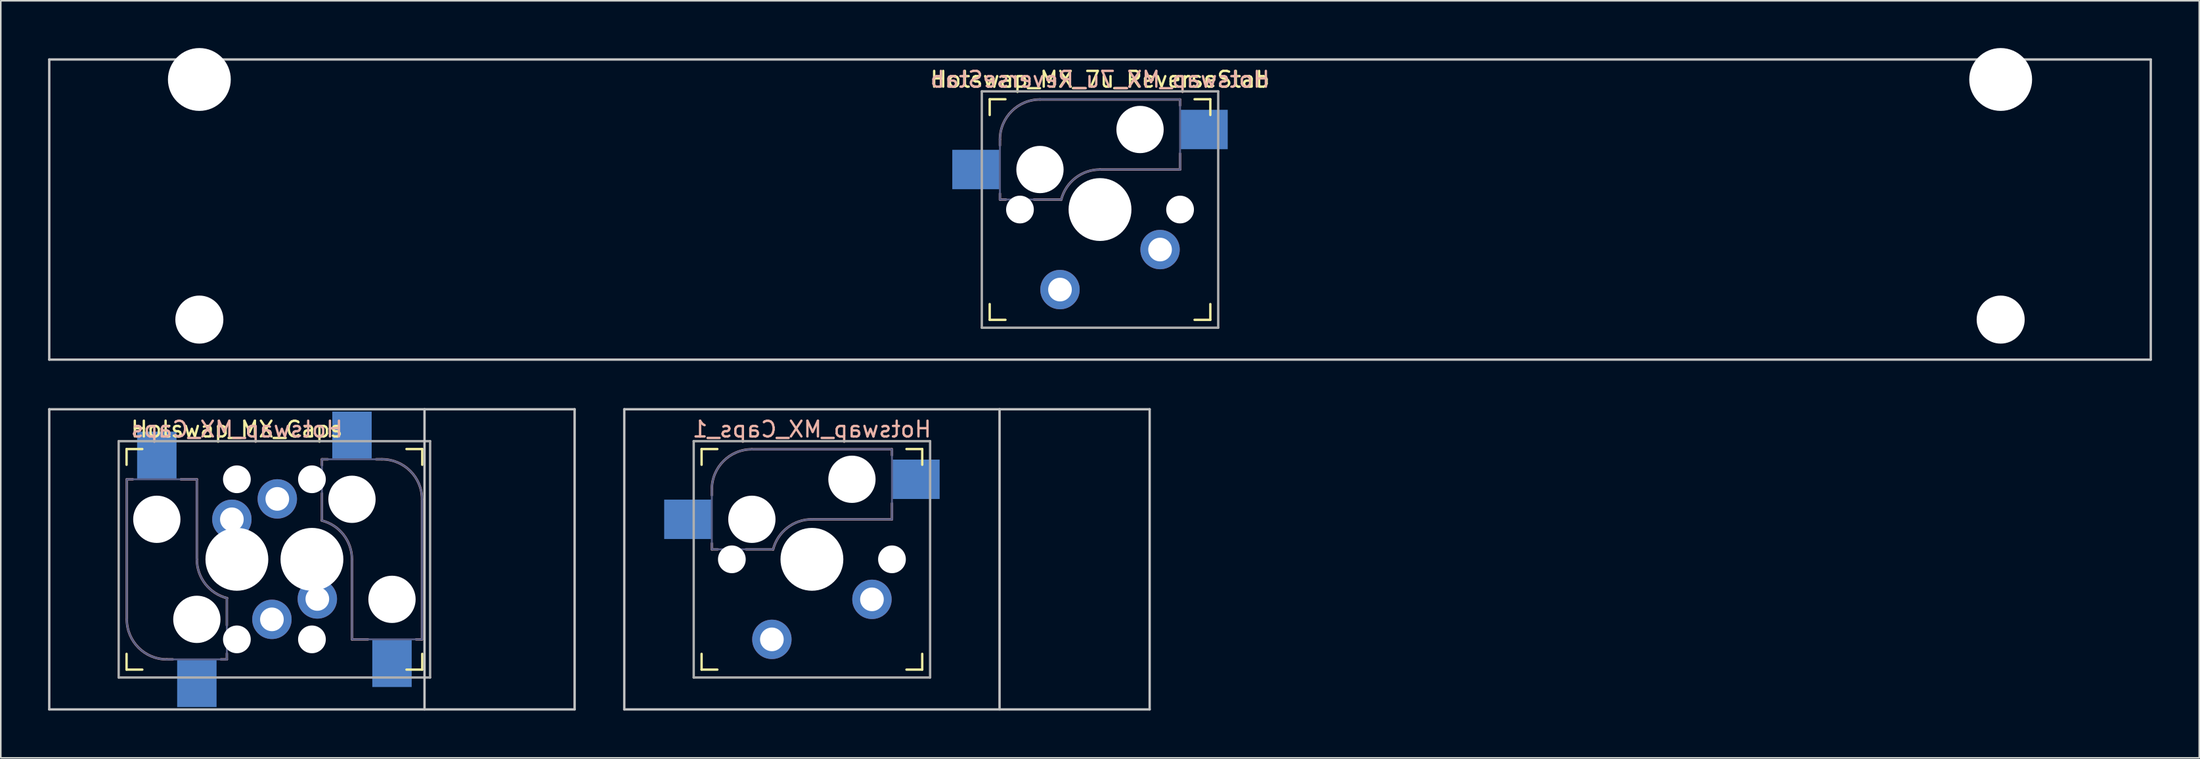
<source format=kicad_pcb>
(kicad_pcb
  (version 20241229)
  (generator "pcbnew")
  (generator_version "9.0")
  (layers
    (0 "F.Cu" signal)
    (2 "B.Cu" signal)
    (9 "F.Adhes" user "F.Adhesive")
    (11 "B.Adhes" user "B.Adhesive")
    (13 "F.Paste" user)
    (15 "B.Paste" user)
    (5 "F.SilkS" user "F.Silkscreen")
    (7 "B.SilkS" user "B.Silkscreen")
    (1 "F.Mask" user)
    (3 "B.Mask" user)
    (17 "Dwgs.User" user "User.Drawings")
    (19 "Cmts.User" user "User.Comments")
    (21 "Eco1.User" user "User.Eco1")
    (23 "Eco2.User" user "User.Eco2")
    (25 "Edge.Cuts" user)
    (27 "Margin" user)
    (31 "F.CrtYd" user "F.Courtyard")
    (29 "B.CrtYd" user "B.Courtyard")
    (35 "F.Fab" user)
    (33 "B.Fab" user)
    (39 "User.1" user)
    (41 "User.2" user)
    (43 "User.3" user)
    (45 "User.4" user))
  (footprint "Hotswap_MX_7u_ReverseStab"
    (layer "F.Cu")
    (at 66.75 10.249)
    (property "Reference" "Hotswap_MX_7u_ReverseStab" (at 0 -8.255 0) (layer "F.SilkS") (effects (font (size 1 1) (thickness 0.15))))
    (attr through_hole)
    (fp_line (start -7 -6) (end -7 -7) (stroke (width 0.15) (type solid)) (layer "F.SilkS"))
    (fp_line (start -7 7) (end -7 6) (stroke (width 0.15) (type solid)) (layer "F.SilkS"))
    (fp_line (start -7 7) (end -6 7) (stroke (width 0.15) (type solid)) (layer "F.SilkS"))
    (fp_line (start -6 -7) (end -7 -7) (stroke (width 0.15) (type solid)) (layer "F.SilkS"))
    (fp_line (start 6 7) (end 7 7) (stroke (width 0.15) (type solid)) (layer "F.SilkS"))
    (fp_line (start 7 -7) (end 6 -7) (stroke (width 0.15) (type solid)) (layer "F.SilkS"))
    (fp_line (start 7 -7) (end 7 -6) (stroke (width 0.15) (type solid)) (layer "F.SilkS"))
    (fp_line (start 7 6) (end 7 7) (stroke (width 0.15) (type solid)) (layer "F.SilkS"))
    (fp_line (start -6.35 -4.445) (end -6.35 -4.064) (stroke (width 0.15) (type solid)) (layer "B.SilkS"))
    (fp_line (start -6.35 -1.016) (end -6.35 -0.635) (stroke (width 0.15) (type solid)) (layer "B.SilkS"))
    (fp_line (start -6.35 -0.635) (end -5.969 -0.635) (stroke (width 0.15) (type solid)) (layer "B.SilkS"))
    (fp_line (start -4.191 -0.635) (end -2.54 -0.635) (stroke (width 0.15) (type solid)) (layer "B.SilkS"))
    (fp_line (start 0 -2.54) (end 5.08 -2.54) (stroke (width 0.15) (type solid)) (layer "B.SilkS"))
    (fp_line (start 5.08 -6.985) (end -3.81 -6.985) (stroke (width 0.15) (type solid)) (layer "B.SilkS"))
    (fp_line (start 5.08 -6.604) (end 5.08 -6.985) (stroke (width 0.15) (type solid)) (layer "B.SilkS"))
    (fp_line (start 5.08 -2.54) (end 5.08 -3.556) (stroke (width 0.15) (type solid)) (layer "B.SilkS"))
    (fp_arc (start -6.35 -4.445) (mid -5.606051 -6.241051) (end -3.81 -6.985) (stroke (width 0.15) (type solid)) (layer "B.SilkS"))
    (fp_arc (start -2.464162 -0.61604) (mid -1.563147 -2.002042) (end 0 -2.54) (stroke (width 0.15) (type solid)) (layer "B.SilkS"))
    (fp_line (start -66.675 -9.525) (end 66.675 -9.525) (stroke (width 0.15) (type solid)) (layer "Dwgs.User"))
    (fp_line (start -66.675 9.525) (end -66.675 -9.525) (stroke (width 0.15) (type solid)) (layer "Dwgs.User"))
    (fp_line (start -66.675 9.525) (end 66.675 9.525) (stroke (width 0.15) (type solid)) (layer "Dwgs.User"))
    (fp_line (start 66.675 -9.525) (end 66.675 9.525) (stroke (width 0.15) (type solid)) (layer "Dwgs.User"))
    (fp_line (start -58.801 -6.096) (end -58.801 5.334) (stroke (width 0.152) (type solid)) (layer "Eco2.User"))
    (fp_line (start -58.801 5.334) (end -55.499 5.334) (stroke (width 0.152) (type solid)) (layer "Eco2.User"))
    (fp_line (start -55.499 -6.096) (end -58.801 -6.096) (stroke (width 0.152) (type solid)) (layer "Eco2.User"))
    (fp_line (start -55.499 5.334) (end -55.499 -6.096) (stroke (width 0.152) (type solid)) (layer "Eco2.User"))
    (fp_line (start -6.9 6.9) (end -6.9 -6.9) (stroke (width 0.15) (type solid)) (layer "Eco2.User"))
    (fp_line (start -6.9 6.9) (end 6.9 6.9) (stroke (width 0.15) (type solid)) (layer "Eco2.User"))
    (fp_line (start 6.9 -6.9) (end -6.9 -6.9) (stroke (width 0.15) (type solid)) (layer "Eco2.User"))
    (fp_line (start 6.9 -6.9) (end 6.9 6.9) (stroke (width 0.15) (type solid)) (layer "Eco2.User"))
    (fp_line (start 55.499 -6.096) (end 55.499 5.334) (stroke (width 0.152) (type solid)) (layer "Eco2.User"))
    (fp_line (start 55.499 5.334) (end 58.801 5.334) (stroke (width 0.152) (type solid)) (layer "Eco2.User"))
    (fp_line (start 58.801 -6.096) (end 55.499 -6.096) (stroke (width 0.152) (type solid)) (layer "Eco2.User"))
    (fp_line (start 58.801 5.334) (end 58.801 -6.096) (stroke (width 0.152) (type solid)) (layer "Eco2.User"))
    (fp_line (start -6.35 -4.445) (end -6.35 -0.635) (stroke (width 0.12) (type solid)) (layer "B.Fab"))
    (fp_line (start -6.35 -0.635) (end -2.54 -0.635) (stroke (width 0.12) (type solid)) (layer "B.Fab"))
    (fp_line (start 0 -2.54) (end 5.08 -2.54) (stroke (width 0.12) (type solid)) (layer "B.Fab"))
    (fp_line (start 5.08 -6.985) (end -3.81 -6.985) (stroke (width 0.12) (type solid)) (layer "B.Fab"))
    (fp_line (start 5.08 -2.54) (end 5.08 -6.985) (stroke (width 0.12) (type solid)) (layer "B.Fab"))
    (fp_arc (start -6.35 -4.445) (mid -5.606051 -6.241051) (end -3.81 -6.985) (stroke (width 0.12) (type solid)) (layer "B.Fab"))
    (fp_arc (start -2.464162 -0.61604) (mid -1.563147 -2.002042) (end 0 -2.54) (stroke (width 0.12) (type solid)) (layer "B.Fab"))
    (fp_line (start -7.5 -7.5) (end 7.5 -7.5) (stroke (width 0.15) (type solid)) (layer "F.Fab"))
    (fp_line (start -7.5 7.5) (end -7.5 -7.5) (stroke (width 0.15) (type solid)) (layer "F.Fab"))
    (fp_line (start 7.5 -7.5) (end 7.5 7.5) (stroke (width 0.15) (type solid)) (layer "F.Fab"))
    (fp_line (start 7.5 7.5) (end -7.5 7.5) (stroke (width 0.15) (type solid)) (layer "F.Fab"))
    (fp_text user "${REFERENCE}" (at 0 -8.255 0) (layer "B.SilkS") (effects (font (size 1 1) (thickness 0.15)) (justify mirror)))
    (pad "" np_thru_hole circle (at -57.15 -8.255 180) (size 3.988 3.988) (drill 3.988) (layers "*.Cu" "*.Mask"))
    (pad "" np_thru_hole circle (at -57.15 6.985 180) (size 3.048 3.048) (drill 3.048) (layers "*.Cu" "*.Mask"))
    (pad "" np_thru_hole circle (at -5.08 0 180) (size 1.76 1.76) (drill 1.76) (layers "*.Cu" "*.Mask"))
    (pad "" np_thru_hole circle (at -3.81 -2.54 180) (size 3 3) (drill 3) (layers "*.Cu" "*.Mask"))
    (pad "" np_thru_hole circle (at 0 0 180) (size 3.988 3.988) (drill 3.988) (layers "*.Cu" "*.Mask"))
    (pad "" np_thru_hole circle (at 2.54 -5.08 180) (size 3 3) (drill 3) (layers "*.Cu" "*.Mask"))
    (pad "" np_thru_hole circle (at 5.08 0 180) (size 1.76 1.76) (drill 1.76) (layers "*.Cu" "*.Mask"))
    (pad "" np_thru_hole circle (at 57.15 -8.255 180) (size 3.988 3.988) (drill 3.988) (layers "*.Cu" "*.Mask"))
    (pad "" np_thru_hole circle (at 57.15 6.985 180) (size 3.048 3.048) (drill 3.048) (layers "*.Cu" "*.Mask"))
    (pad "1" smd rect (at -7.874 -2.54 180) (size 3 2.5) (layers "B.Cu" "B.Mask" "B.Paste"))
    (pad "1" thru_hole circle (at 3.81 2.54 180) (size 2.5 2.5) (drill 1.5) (layers "*.Cu" "B.Mask"))
    (pad "2" thru_hole circle (at -2.54 5.08 180) (size 2.5 2.5) (drill 1.5) (layers "*.Cu" "B.Mask"))
    (pad "2" smd rect (at 6.604 -5.08 180) (size 3 2.5) (layers "B.Cu" "B.Mask" "B.Paste")))
  (footprint "Hotswap_MX_Caps_1"
    (layer "F.Cu")
    (at 48.469 32.449)
    (property "Reference" "Hotswap_MX_Caps_1" (at 0 -8.255 0) (layer "B.SilkS") (effects (font (size 1 1) (thickness 0.15)) (justify mirror)))
    (attr through_hole)
    (fp_line (start -7 -6) (end -7 -7) (stroke (width 0.15) (type solid)) (layer "F.SilkS"))
    (fp_line (start -7 7) (end -7 6) (stroke (width 0.15) (type solid)) (layer "F.SilkS"))
    (fp_line (start -7 7) (end -6 7) (stroke (width 0.15) (type solid)) (layer "F.SilkS"))
    (fp_line (start -6 -7) (end -7 -7) (stroke (width 0.15) (type solid)) (layer "F.SilkS"))
    (fp_line (start 6 7) (end 7 7) (stroke (width 0.15) (type solid)) (layer "F.SilkS"))
    (fp_line (start 7 -7) (end 6 -7) (stroke (width 0.15) (type solid)) (layer "F.SilkS"))
    (fp_line (start 7 -7) (end 7 -6) (stroke (width 0.15) (type solid)) (layer "F.SilkS"))
    (fp_line (start 7 6) (end 7 7) (stroke (width 0.15) (type solid)) (layer "F.SilkS"))
    (fp_line (start -6.35 -4.445) (end -6.35 -4.064) (stroke (width 0.15) (type solid)) (layer "B.SilkS"))
    (fp_line (start -6.35 -1.016) (end -6.35 -0.635) (stroke (width 0.15) (type solid)) (layer "B.SilkS"))
    (fp_line (start -6.35 -0.635) (end -5.969 -0.635) (stroke (width 0.15) (type solid)) (layer "B.SilkS"))
    (fp_line (start -4.191 -0.635) (end -2.54 -0.635) (stroke (width 0.15) (type solid)) (layer "B.SilkS"))
    (fp_line (start 0 -2.54) (end 5.08 -2.54) (stroke (width 0.15) (type solid)) (layer "B.SilkS"))
    (fp_line (start 5.08 -6.985) (end -3.81 -6.985) (stroke (width 0.15) (type solid)) (layer "B.SilkS"))
    (fp_line (start 5.08 -6.604) (end 5.08 -6.985) (stroke (width 0.15) (type solid)) (layer "B.SilkS"))
    (fp_line (start 5.08 -2.54) (end 5.08 -3.556) (stroke (width 0.15) (type solid)) (layer "B.SilkS"))
    (fp_arc (start -6.35 -4.445) (mid -5.606051 -6.241051) (end -3.81 -6.985) (stroke (width 0.15) (type solid)) (layer "B.SilkS"))
    (fp_arc (start -2.464162 -0.61604) (mid -1.563147 -2.002042) (end 0 -2.54) (stroke (width 0.15) (type solid)) (layer "B.SilkS"))
    (fp_line (start -11.906 -9.525) (end 21.431 -9.525) (stroke (width 0.15) (type solid)) (layer "Dwgs.User"))
    (fp_line (start -11.906 9.525) (end -11.906 -9.525) (stroke (width 0.15) (type solid)) (layer "Dwgs.User"))
    (fp_line (start -11.906 9.525) (end 21.431 9.525) (stroke (width 0.15) (type solid)) (layer "Dwgs.User"))
    (fp_line (start 11.906 -9.525) (end 11.906 9.525) (stroke (width 0.15) (type solid)) (layer "Dwgs.User"))
    (fp_line (start 21.431 -9.525) (end 21.431 9.525) (stroke (width 0.15) (type solid)) (layer "Dwgs.User"))
    (fp_line (start -6.9 6.9) (end -6.9 -6.9) (stroke (width 0.15) (type solid)) (layer "Eco2.User"))
    (fp_line (start -6.9 6.9) (end 6.9 6.9) (stroke (width 0.15) (type solid)) (layer "Eco2.User"))
    (fp_line (start 6.9 -6.9) (end -6.9 -6.9) (stroke (width 0.15) (type solid)) (layer "Eco2.User"))
    (fp_line (start 6.9 -6.9) (end 6.9 6.9) (stroke (width 0.15) (type solid)) (layer "Eco2.User"))
    (fp_line (start -6.35 -4.445) (end -6.35 -0.635) (stroke (width 0.12) (type solid)) (layer "B.Fab"))
    (fp_line (start -6.35 -0.635) (end -2.54 -0.635) (stroke (width 0.12) (type solid)) (layer "B.Fab"))
    (fp_line (start 0 -2.54) (end 5.08 -2.54) (stroke (width 0.12) (type solid)) (layer "B.Fab"))
    (fp_line (start 5.08 -6.985) (end -3.81 -6.985) (stroke (width 0.12) (type solid)) (layer "B.Fab"))
    (fp_line (start 5.08 -2.54) (end 5.08 -6.985) (stroke (width 0.12) (type solid)) (layer "B.Fab"))
    (fp_arc (start -6.35 -4.445) (mid -5.606051 -6.241051) (end -3.81 -6.985) (stroke (width 0.12) (type solid)) (layer "B.Fab"))
    (fp_arc (start -2.464162 -0.61604) (mid -1.563147 -2.002042) (end 0 -2.54) (stroke (width 0.12) (type solid)) (layer "B.Fab"))
    (fp_line (start -7.5 -7.5) (end 7.5 -7.5) (stroke (width 0.15) (type solid)) (layer "F.Fab"))
    (fp_line (start -7.5 7.5) (end -7.5 -7.5) (stroke (width 0.15) (type solid)) (layer "F.Fab"))
    (fp_line (start 7.5 -7.5) (end 7.5 7.5) (stroke (width 0.15) (type solid)) (layer "F.Fab"))
    (fp_line (start 7.5 7.5) (end -7.5 7.5) (stroke (width 0.15) (type solid)) (layer "F.Fab"))
    (pad "" np_thru_hole circle (at -5.08 0 180) (size 1.76 1.76) (drill 1.76) (layers "*.Cu" "*.Mask"))
    (pad "" np_thru_hole circle (at -3.81 -2.54 180) (size 3 3) (drill 3) (layers "*.Cu" "*.Mask"))
    (pad "" np_thru_hole circle (at 0 0 180) (size 3.988 3.988) (drill 3.988) (layers "*.Cu" "*.Mask"))
    (pad "" np_thru_hole circle (at 2.54 -5.08 180) (size 3 3) (drill 3) (layers "*.Cu" "*.Mask"))
    (pad "" np_thru_hole circle (at 5.08 0 180) (size 1.76 1.76) (drill 1.76) (layers "*.Cu" "*.Mask"))
    (pad "1" smd rect (at -7.874 -2.54 180) (size 3 2.5) (layers "B.Cu" "B.Mask"))
    (pad "1" thru_hole circle (at 3.81 2.54 180) (size 2.5 2.5) (drill 1.5) (layers "*.Cu" "B.Mask"))
    (pad "2" thru_hole circle (at -2.54 5.08 180) (size 2.5 2.5) (drill 1.5) (layers "*.Cu" "B.Mask"))
    (pad "2" smd rect (at 6.604 -5.08 180) (size 3 2.5) (layers "B.Cu" "B.Mask")))
  (footprint "Hotswap_MX_Caps"
    (layer "F.Cu")
    (at 11.981 32.449)
    (property "Reference" "Hotswap_MX_Caps" (at 0 -8.255 0) (layer "F.SilkS") (effects (font (size 1 1) (thickness 0.15))))
    (attr through_hole)
    (fp_line (start -7 -6) (end -7 -7) (stroke (width 0.15) (type solid)) (layer "F.SilkS"))
    (fp_line (start -7 7) (end -7 6) (stroke (width 0.15) (type solid)) (layer "F.SilkS"))
    (fp_line (start -7 7) (end -6 7) (stroke (width 0.15) (type solid)) (layer "F.SilkS"))
    (fp_line (start -6 -7) (end -7 -7) (stroke (width 0.15) (type solid)) (layer "F.SilkS"))
    (fp_line (start 10.762 7) (end 11.762 7) (stroke (width 0.15) (type solid)) (layer "F.SilkS"))
    (fp_line (start 11.762 -7) (end 10.762 -7) (stroke (width 0.15) (type solid)) (layer "F.SilkS"))
    (fp_line (start 11.762 -7) (end 11.762 -6) (stroke (width 0.15) (type solid)) (layer "F.SilkS"))
    (fp_line (start 11.762 6) (end 11.762 7) (stroke (width 0.15) (type solid)) (layer "F.SilkS"))
    (fp_line (start -6.985 -5.08) (end -6.985 3.81) (stroke (width 0.15) (type solid)) (layer "B.SilkS"))
    (fp_line (start -6.604 -5.08) (end -6.985 -5.08) (stroke (width 0.15) (type solid)) (layer "B.SilkS"))
    (fp_line (start -4.445 6.35) (end -4.064 6.35) (stroke (width 0.15) (type solid)) (layer "B.SilkS"))
    (fp_line (start -2.54 -5.08) (end -3.556 -5.08) (stroke (width 0.15) (type solid)) (layer "B.SilkS"))
    (fp_line (start -2.54 0) (end -2.54 -5.08) (stroke (width 0.15) (type solid)) (layer "B.SilkS"))
    (fp_line (start -1.016 6.35) (end -0.635 6.35) (stroke (width 0.15) (type solid)) (layer "B.SilkS"))
    (fp_line (start -0.635 4.191) (end -0.635 2.54) (stroke (width 0.15) (type solid)) (layer "B.SilkS"))
    (fp_line (start -0.635 6.35) (end -0.635 5.969) (stroke (width 0.15) (type solid)) (layer "B.SilkS"))
    (fp_line (start 5.397 -6.35) (end 5.397 -5.969) (stroke (width 0.15) (type solid)) (layer "B.SilkS"))
    (fp_line (start 5.397 -4.191) (end 5.397 -2.54) (stroke (width 0.15) (type solid)) (layer "B.SilkS"))
    (fp_line (start 5.779 -6.35) (end 5.397 -6.35) (stroke (width 0.15) (type solid)) (layer "B.SilkS"))
    (fp_line (start 7.303 0) (end 7.303 5.08) (stroke (width 0.15) (type solid)) (layer "B.SilkS"))
    (fp_line (start 7.303 5.08) (end 8.319 5.08) (stroke (width 0.15) (type solid)) (layer "B.SilkS"))
    (fp_line (start 9.207 -6.35) (end 8.826 -6.35) (stroke (width 0.15) (type solid)) (layer "B.SilkS"))
    (fp_line (start 11.367 5.08) (end 11.748 5.08) (stroke (width 0.15) (type solid)) (layer "B.SilkS"))
    (fp_line (start 11.748 5.08) (end 11.748 -3.81) (stroke (width 0.15) (type solid)) (layer "B.SilkS"))
    (fp_arc (start -4.445 6.35) (mid -6.241051 5.606051) (end -6.985 3.81) (stroke (width 0.15) (type solid)) (layer "B.SilkS"))
    (fp_arc (start -0.61604 2.464162) (mid -2.002042 1.563147) (end -2.54 0) (stroke (width 0.15) (type solid)) (layer "B.SilkS"))
    (fp_arc (start 5.37854 -2.464162) (mid 6.764542 -1.563147) (end 7.3025 0) (stroke (width 0.15) (type solid)) (layer "B.SilkS"))
    (fp_arc (start 9.2075 -6.35) (mid 11.003551 -5.606051) (end 11.7475 -3.81) (stroke (width 0.15) (type solid)) (layer "B.SilkS"))
    (fp_line (start -11.906 9.525) (end -11.906 -9.525) (stroke (width 0.15) (type solid)) (layer "Dwgs.User"))
    (fp_line (start 11.906 -9.525) (end 11.906 9.525) (stroke (width 0.15) (type solid)) (layer "Dwgs.User"))
    (fp_line (start 21.431 -9.525) (end -11.906 -9.525) (stroke (width 0.15) (type solid)) (layer "Dwgs.User"))
    (fp_line (start 21.431 -9.525) (end 21.431 9.525) (stroke (width 0.15) (type solid)) (layer "Dwgs.User"))
    (fp_line (start 21.431 9.525) (end -11.906 9.525) (stroke (width 0.15) (type solid)) (layer "Dwgs.User"))
    (fp_line (start -6.9 6.9) (end -6.9 -6.9) (stroke (width 0.15) (type solid)) (layer "Eco2.User"))
    (fp_line (start -6.9 6.9) (end 6.9 6.9) (stroke (width 0.15) (type solid)) (layer "Eco2.User"))
    (fp_line (start -2.138 6.9) (end 11.662 6.9) (stroke (width 0.15) (type solid)) (layer "Eco2.User"))
    (fp_line (start 6.9 -6.9) (end -6.9 -6.9) (stroke (width 0.15) (type solid)) (layer "Eco2.User"))
    (fp_line (start 11.662 -6.9) (end -2.138 -6.9) (stroke (width 0.15) (type solid)) (layer "Eco2.User"))
    (fp_line (start 11.662 -6.9) (end 11.662 6.9) (stroke (width 0.15) (type solid)) (layer "Eco2.User"))
    (fp_line (start -6.985 -5.08) (end -6.985 3.81) (stroke (width 0.12) (type solid)) (layer "B.Fab"))
    (fp_line (start -4.445 6.35) (end -0.635 6.35) (stroke (width 0.12) (type solid)) (layer "B.Fab"))
    (fp_line (start -2.54 -5.08) (end -6.985 -5.08) (stroke (width 0.12) (type solid)) (layer "B.Fab"))
    (fp_line (start -2.54 0) (end -2.54 -5.08) (stroke (width 0.12) (type solid)) (layer "B.Fab"))
    (fp_line (start -0.635 6.35) (end -0.635 2.54) (stroke (width 0.12) (type solid)) (layer "B.Fab"))
    (fp_line (start 5.397 -6.35) (end 5.397 -2.54) (stroke (width 0.12) (type solid)) (layer "B.Fab"))
    (fp_line (start 7.303 0) (end 7.303 5.08) (stroke (width 0.12) (type solid)) (layer "B.Fab"))
    (fp_line (start 7.303 5.08) (end 11.748 5.08) (stroke (width 0.12) (type solid)) (layer "B.Fab"))
    (fp_line (start 9.207 -6.35) (end 5.397 -6.35) (stroke (width 0.12) (type solid)) (layer "B.Fab"))
    (fp_line (start 11.748 5.08) (end 11.748 -3.81) (stroke (width 0.12) (type solid)) (layer "B.Fab"))
    (fp_arc (start -4.445 6.35) (mid -6.241051 5.606051) (end -6.985 3.81) (stroke (width 0.12) (type solid)) (layer "B.Fab"))
    (fp_arc (start -0.61604 2.464162) (mid -2.002042 1.563147) (end -2.54 0) (stroke (width 0.12) (type solid)) (layer "B.Fab"))
    (fp_arc (start 5.37854 -2.464162) (mid 6.764542 -1.563147) (end 7.3025 0) (stroke (width 0.12) (type solid)) (layer "B.Fab"))
    (fp_arc (start 9.2075 -6.35) (mid 11.003551 -5.606051) (end 11.7475 -3.81) (stroke (width 0.12) (type solid)) (layer "B.Fab"))
    (fp_line (start -7.5 -7.5) (end 12.262 -7.5) (stroke (width 0.15) (type solid)) (layer "F.Fab"))
    (fp_line (start -7.5 7.5) (end -7.5 -7.5) (stroke (width 0.15) (type solid)) (layer "F.Fab"))
    (fp_line (start 12.262 -7.5) (end 12.262 7.5) (stroke (width 0.15) (type solid)) (layer "F.Fab"))
    (fp_line (start 12.262 7.5) (end -7.5 7.5) (stroke (width 0.15) (type solid)) (layer "F.Fab"))
    (fp_text user "${REFERENCE}" (at 0 -8.255 0) (layer "B.SilkS") (effects (font (size 1 1) (thickness 0.15)) (justify mirror)))
    (pad "" np_thru_hole circle (at -5.08 -2.54 270) (size 3 3) (drill 3) (layers "*.Cu" "*.Mask"))
    (pad "" np_thru_hole circle (at -2.54 3.81 270) (size 3 3) (drill 3) (layers "*.Cu" "*.Mask"))
    (pad "" np_thru_hole circle (at 0 -5.08 270) (size 1.76 1.76) (drill 1.76) (layers "*.Cu" "*.Mask"))
    (pad "" np_thru_hole circle (at 0 0 270) (size 3.988 3.988) (drill 3.988) (layers "*.Cu" "*.Mask"))
    (pad "" np_thru_hole circle (at 0 5.08 270) (size 1.76 1.76) (drill 1.76) (layers "*.Cu" "*.Mask"))
    (pad "" np_thru_hole circle (at 4.763 -5.08 90) (size 1.76 1.76) (drill 1.76) (layers "*.Cu" "*.Mask"))
    (pad "" np_thru_hole circle (at 4.763 0 90) (size 3.988 3.988) (drill 3.988) (layers "*.Cu" "*.Mask"))
    (pad "" np_thru_hole circle (at 4.763 5.08 90) (size 1.76 1.76) (drill 1.76) (layers "*.Cu" "*.Mask"))
    (pad "" np_thru_hole circle (at 7.303 -3.81 90) (size 3 3) (drill 3) (layers "*.Cu" "*.Mask"))
    (pad "" np_thru_hole circle (at 9.842 2.54 90) (size 3 3) (drill 3) (layers "*.Cu" "*.Mask"))
    (pad "1" smd rect (at -5.08 -6.604 270) (size 3 2.5) (layers "B.Cu" "B.Mask" "B.Paste"))
    (pad "1" thru_hole circle (at -0.318 -2.54 180) (size 2.5 2.5) (drill 1.5) (layers "*.Cu" "B.Mask"))
    (pad "1" thru_hole circle (at 2.565 -3.835 180) (size 2.5 2.5) (drill 1.5) (layers "*.Cu" "B.Mask"))
    (pad "1" smd rect (at 7.303 -7.874 90) (size 3 2.5) (layers "B.Cu" "B.Mask" "B.Paste"))
    (pad "2" smd rect (at -2.54 7.874 270) (size 3 2.5) (layers "B.Cu" "B.Mask" "B.Paste"))
    (pad "2" thru_hole circle (at 2.223 3.81 180) (size 2.5 2.5) (drill 1.5) (layers "*.Cu" "B.Mask"))
    (pad "2" thru_hole circle (at 5.105 2.515 180) (size 2.5 2.5) (drill 1.5) (layers "*.Cu" "B.Mask"))
    (pad "2" smd rect (at 9.842 6.604 90) (size 3 2.5) (layers "B.Cu" "B.Mask" "B.Paste")))
  (gr_rect
    (start -3 -3)
    (end 136.5 45.049)
    (stroke (width 0.1) (type default))
    (fill no)
    (layer "Edge.Cuts")))
</source>
